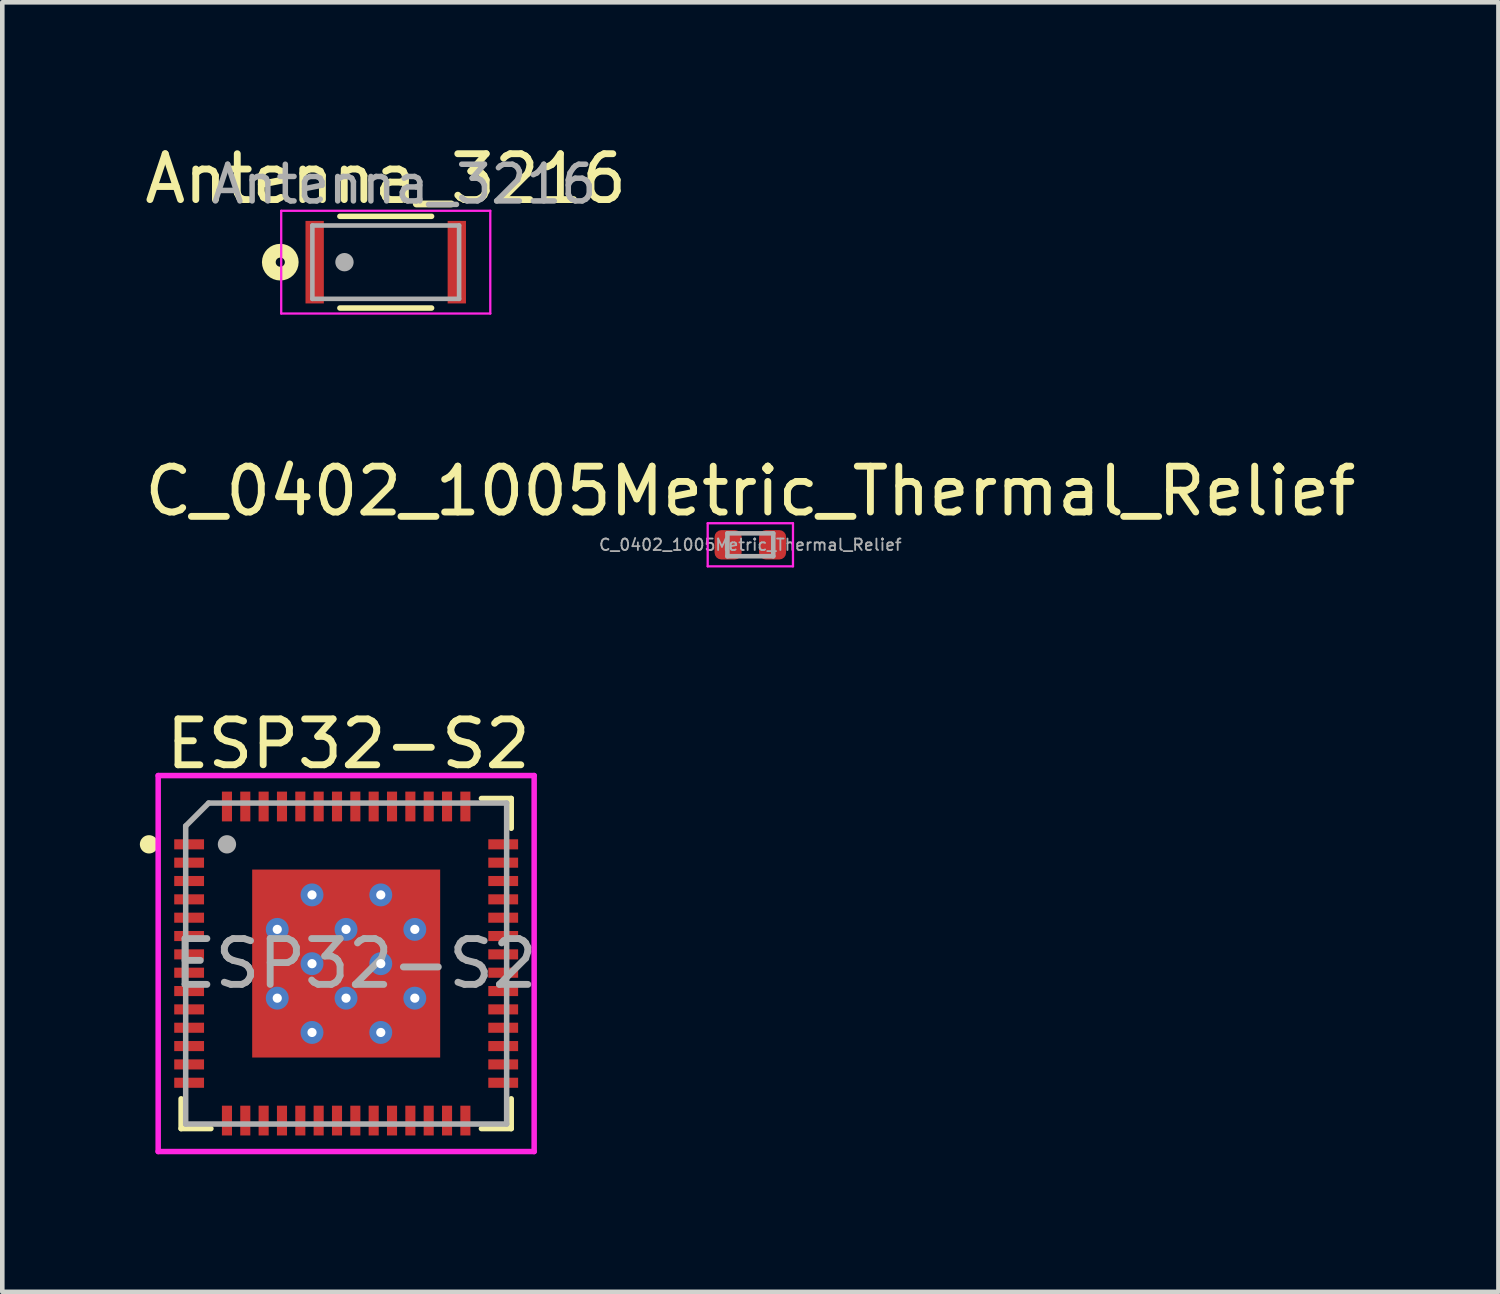
<source format=kicad_pcb>
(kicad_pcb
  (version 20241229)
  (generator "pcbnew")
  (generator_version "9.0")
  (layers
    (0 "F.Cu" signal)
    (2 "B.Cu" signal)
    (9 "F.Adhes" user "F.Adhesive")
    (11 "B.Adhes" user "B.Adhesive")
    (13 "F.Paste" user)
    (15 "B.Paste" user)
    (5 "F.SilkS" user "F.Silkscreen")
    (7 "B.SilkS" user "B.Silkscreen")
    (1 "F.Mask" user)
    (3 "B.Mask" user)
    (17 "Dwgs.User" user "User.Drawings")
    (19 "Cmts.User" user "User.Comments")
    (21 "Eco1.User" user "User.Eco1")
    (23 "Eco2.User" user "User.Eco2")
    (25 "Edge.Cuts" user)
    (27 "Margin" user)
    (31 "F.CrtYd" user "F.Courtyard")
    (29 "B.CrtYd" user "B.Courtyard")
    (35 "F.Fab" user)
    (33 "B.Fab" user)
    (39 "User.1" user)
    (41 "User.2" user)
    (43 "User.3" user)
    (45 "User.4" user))
  (footprint "Antenna_3216"
    (layer "F.Cu")
    (at 5.363 2.668)
    (property "Reference" "Antenna_3216" (at 0 -1.82 0) (layer "F.SilkS") (effects (font (size 1 1) (thickness 0.15))))
    (attr smd)
    (fp_line (start -1 1) (end 1 1) (stroke (width 0.12) (type solid)) (layer "F.SilkS"))
    (fp_line (start 1 -1) (end -1 -1) (stroke (width 0.12) (type solid)) (layer "F.SilkS"))
    (fp_circle (center -2.3 0) (end -2.2 0) (stroke (width 0.3) (type solid)) (fill no) (layer "F.SilkS"))
    (fp_line (start -2.28 -1.12) (end 2.28 -1.12) (stroke (width 0.05) (type solid)) (layer "F.CrtYd"))
    (fp_line (start -2.28 1.12) (end -2.28 -1.12) (stroke (width 0.05) (type solid)) (layer "F.CrtYd"))
    (fp_line (start 2.28 -1.12) (end 2.28 1.12) (stroke (width 0.05) (type solid)) (layer "F.CrtYd"))
    (fp_line (start 2.28 1.12) (end -2.28 1.12) (stroke (width 0.05) (type solid)) (layer "F.CrtYd"))
    (fp_line (start -1.6 -0.8) (end -1.6 0.8) (stroke (width 0.1) (type solid)) (layer "F.Fab"))
    (fp_line (start -1.6 0.8) (end 1.6 0.8) (stroke (width 0.1) (type solid)) (layer "F.Fab"))
    (fp_line (start 1.6 -0.8) (end -1.6 -0.8) (stroke (width 0.1) (type solid)) (layer "F.Fab"))
    (fp_line (start 1.6 0.8) (end 1.6 -0.8) (stroke (width 0.1) (type solid)) (layer "F.Fab"))
    (fp_circle (center -0.9 0) (end -0.8 0) (stroke (width 0.2) (type solid)) (fill no) (layer "F.Fab"))
    (fp_text user "${REFERENCE}" (at 0.4 -1.7 0) (layer "F.Fab") (effects (font (size 0.8 0.8) (thickness 0.12))))
    (pad "1" smd rect (at -1.55 0) (size 0.4 1.8) (layers "F.Cu" "F.Mask" "F.Paste"))
    (pad "2" smd rect (at 1.55 0 180) (size 0.4 1.8) (layers "F.Cu" "F.Mask" "F.Paste")))
  (footprint "C_0402_1005Metric_Thermal_Relief"
    (layer "F.Cu")
    (at 13.315 8.832)
    (property "Reference" "C_0402_1005Metric_Thermal_Relief" (at 0 -1.17 0) (layer "F.SilkS") (effects (font (size 1 1) (thickness 0.15))))
    (attr smd)
    (fp_line (start -0.93 -0.47) (end 0.93 -0.47) (stroke (width 0.05) (type solid)) (layer "F.CrtYd"))
    (fp_line (start -0.93 0.47) (end -0.93 -0.47) (stroke (width 0.05) (type solid)) (layer "F.CrtYd"))
    (fp_line (start 0.93 -0.47) (end 0.93 0.47) (stroke (width 0.05) (type solid)) (layer "F.CrtYd"))
    (fp_line (start 0.93 0.47) (end -0.93 0.47) (stroke (width 0.05) (type solid)) (layer "F.CrtYd"))
    (fp_line (start -0.5 -0.25) (end 0.5 -0.25) (stroke (width 0.1) (type solid)) (layer "F.Fab"))
    (fp_line (start -0.5 0.25) (end -0.5 -0.25) (stroke (width 0.1) (type solid)) (layer "F.Fab"))
    (fp_line (start 0.5 -0.25) (end 0.5 0.25) (stroke (width 0.1) (type solid)) (layer "F.Fab"))
    (fp_line (start 0.5 0.25) (end -0.5 0.25) (stroke (width 0.1) (type solid)) (layer "F.Fab"))
    (fp_text user "${REFERENCE}" (at 0 0 0) (layer "F.Fab") (effects (font (size 0.25 0.25) (thickness 0.04))))
    (pad "1" smd roundrect (at -0.485 0) (size 0.59 0.64) (layers "F.Cu" "F.Mask" "F.Paste") (roundrect_rratio 0.25))
    (pad "2" smd roundrect (at 0.485 0) (size 0.59 0.64) (layers "F.Cu" "F.Mask" "F.Paste") (roundrect_rratio 0.25)))
  (footprint "ESP32-S2"
    (layer "F.Cu")
    (at 4.5 17.965)
    (property "Reference" "ESP32-S2" (at 0.047 -4.79 0) (layer "F.SilkS") (effects (font (size 1 1) (thickness 0.15))))
    (attr smd)
    (fp_line (start -3.6 3.6) (end -3.6 2.95) (stroke (width 0.12) (type solid)) (layer "F.SilkS"))
    (fp_line (start -2.95 3.6) (end -3.6 3.6) (stroke (width 0.12) (type solid)) (layer "F.SilkS"))
    (fp_line (start 2.95 -3.6) (end 3.6 -3.6) (stroke (width 0.12) (type solid)) (layer "F.SilkS"))
    (fp_line (start 3.6 -3.6) (end 3.6 -2.95) (stroke (width 0.12) (type solid)) (layer "F.SilkS"))
    (fp_line (start 3.6 2.95) (end 3.6 3.6) (stroke (width 0.12) (type solid)) (layer "F.SilkS"))
    (fp_line (start 3.6 3.6) (end 2.95 3.6) (stroke (width 0.12) (type solid)) (layer "F.SilkS"))
    (fp_circle (center -4.3 -2.6) (end -4.2 -2.6) (stroke (width 0.2) (type solid)) (fill no) (layer "F.SilkS"))
    (fp_line (start -4.1 -4.1) (end -4.1 4.1) (stroke (width 0.12) (type solid)) (layer "F.CrtYd"))
    (fp_line (start -4.1 4.1) (end 4.1 4.1) (stroke (width 0.12) (type solid)) (layer "F.CrtYd"))
    (fp_line (start 4.1 -4.1) (end -4.1 -4.1) (stroke (width 0.12) (type solid)) (layer "F.CrtYd"))
    (fp_line (start 4.1 4.1) (end 4.1 -4.1) (stroke (width 0.12) (type solid)) (layer "F.CrtYd"))
    (fp_line (start -3.5 -3) (end -3 -3.5) (stroke (width 0.12) (type solid)) (layer "F.Fab"))
    (fp_line (start -3.5 3.5) (end -3.5 -3) (stroke (width 0.12) (type solid)) (layer "F.Fab"))
    (fp_line (start -3 -3.5) (end 3.5 -3.5) (stroke (width 0.12) (type solid)) (layer "F.Fab"))
    (fp_line (start 3.5 -3.5) (end 3.5 3.5) (stroke (width 0.12) (type solid)) (layer "F.Fab"))
    (fp_line (start 3.5 3.5) (end -3.5 3.5) (stroke (width 0.12) (type solid)) (layer "F.Fab"))
    (fp_circle (center -2.6 -2.6) (end -2.5 -2.6) (stroke (width 0.2) (type solid)) (fill no) (layer "F.Fab"))
    (fp_text user "${REFERENCE}" (at 0.2 0 0) (layer "F.Fab") (effects (font (size 1 1) (thickness 0.15))))
    (pad "" smd roundrect (at -1.5 -1.5) (size 1 1) (layers "F.Paste") (roundrect_rratio 0.221))
    (pad "" smd roundrect (at -1.5 0) (size 1 1) (layers "F.Paste") (roundrect_rratio 0.221))
    (pad "" smd roundrect (at -1.5 1.5) (size 1 1) (layers "F.Paste") (roundrect_rratio 0.221))
    (pad "" smd roundrect (at 0 -1.5) (size 1 1) (layers "F.Paste") (roundrect_rratio 0.221))
    (pad "" smd roundrect (at 0 0) (size 1 1) (layers "F.Paste") (roundrect_rratio 0.221))
    (pad "" smd roundrect (at 0 1.5) (size 1 1) (layers "F.Paste") (roundrect_rratio 0.221))
    (pad "" smd roundrect (at 1.5 -1.5) (size 1 1) (layers "F.Paste") (roundrect_rratio 0.221))
    (pad "" smd roundrect (at 1.5 0) (size 1 1) (layers "F.Paste") (roundrect_rratio 0.221))
    (pad "" smd roundrect (at 1.5 1.5) (size 1 1) (layers "F.Paste") (roundrect_rratio 0.221))
    (pad "1" smd rect (at -3.425 -2.6 90) (size 0.22 0.65) (layers "F.Cu" "F.Mask" "F.Paste"))
    (pad "2" smd rect (at -3.425 -2.2 90) (size 0.22 0.65) (layers "F.Cu" "F.Mask" "F.Paste"))
    (pad "3" smd rect (at -3.425 -1.8 90) (size 0.22 0.65) (layers "F.Cu" "F.Mask" "F.Paste"))
    (pad "4" smd rect (at -3.425 -1.4 90) (size 0.22 0.65) (layers "F.Cu" "F.Mask" "F.Paste"))
    (pad "5" smd rect (at -3.425 -1 90) (size 0.22 0.65) (layers "F.Cu" "F.Mask" "F.Paste"))
    (pad "6" smd rect (at -3.425 -0.6 90) (size 0.22 0.65) (layers "F.Cu" "F.Mask" "F.Paste"))
    (pad "7" smd rect (at -3.425 -0.2 90) (size 0.22 0.65) (layers "F.Cu" "F.Mask" "F.Paste"))
    (pad "8" smd rect (at -3.425 0.2 90) (size 0.22 0.65) (layers "F.Cu" "F.Mask" "F.Paste"))
    (pad "9" smd rect (at -3.425 0.6 90) (size 0.22 0.65) (layers "F.Cu" "F.Mask" "F.Paste"))
    (pad "10" smd rect (at -3.425 1 90) (size 0.22 0.65) (layers "F.Cu" "F.Mask" "F.Paste"))
    (pad "11" smd rect (at -3.425 1.4 90) (size 0.22 0.65) (layers "F.Cu" "F.Mask" "F.Paste"))
    (pad "12" smd rect (at -3.425 1.8 90) (size 0.22 0.65) (layers "F.Cu" "F.Mask" "F.Paste"))
    (pad "13" smd rect (at -3.425 2.2 90) (size 0.22 0.65) (layers "F.Cu" "F.Mask" "F.Paste"))
    (pad "14" smd rect (at -3.425 2.6 90) (size 0.22 0.65) (layers "F.Cu" "F.Mask" "F.Paste"))
    (pad "15" smd rect (at -2.6 3.425 180) (size 0.22 0.65) (layers "F.Cu" "F.Mask" "F.Paste"))
    (pad "16" smd rect (at -2.2 3.425 180) (size 0.22 0.65) (layers "F.Cu" "F.Mask" "F.Paste"))
    (pad "17" smd rect (at -1.8 3.425 180) (size 0.22 0.65) (layers "F.Cu" "F.Mask" "F.Paste"))
    (pad "18" smd rect (at -1.4 3.425 180) (size 0.22 0.65) (layers "F.Cu" "F.Mask" "F.Paste"))
    (pad "19" smd rect (at -1 3.425 180) (size 0.22 0.65) (layers "F.Cu" "F.Mask" "F.Paste"))
    (pad "20" smd rect (at -0.6 3.425 180) (size 0.22 0.65) (layers "F.Cu" "F.Mask" "F.Paste"))
    (pad "21" smd rect (at -0.2 3.425 180) (size 0.22 0.65) (layers "F.Cu" "F.Mask" "F.Paste"))
    (pad "22" smd rect (at 0.2 3.425 180) (size 0.22 0.65) (layers "F.Cu" "F.Mask" "F.Paste"))
    (pad "23" smd rect (at 0.6 3.425 180) (size 0.22 0.65) (layers "F.Cu" "F.Mask" "F.Paste"))
    (pad "24" smd rect (at 1 3.425 180) (size 0.22 0.65) (layers "F.Cu" "F.Mask" "F.Paste"))
    (pad "25" smd rect (at 1.4 3.425 180) (size 0.22 0.65) (layers "F.Cu" "F.Mask" "F.Paste"))
    (pad "26" smd rect (at 1.8 3.425 180) (size 0.22 0.65) (layers "F.Cu" "F.Mask" "F.Paste"))
    (pad "27" smd rect (at 2.2 3.425 180) (size 0.22 0.65) (layers "F.Cu" "F.Mask" "F.Paste"))
    (pad "28" smd rect (at 2.6 3.425 180) (size 0.22 0.65) (layers "F.Cu" "F.Mask" "F.Paste"))
    (pad "29" smd rect (at 3.425 2.6 270) (size 0.22 0.65) (layers "F.Cu" "F.Mask" "F.Paste"))
    (pad "30" smd rect (at 3.425 2.2 270) (size 0.22 0.65) (layers "F.Cu" "F.Mask" "F.Paste"))
    (pad "31" smd rect (at 3.425 1.8 270) (size 0.22 0.65) (layers "F.Cu" "F.Mask" "F.Paste"))
    (pad "32" smd rect (at 3.425 1.4 270) (size 0.22 0.65) (layers "F.Cu" "F.Mask" "F.Paste"))
    (pad "33" smd rect (at 3.425 1 270) (size 0.22 0.65) (layers "F.Cu" "F.Mask" "F.Paste"))
    (pad "34" smd rect (at 3.425 0.6 270) (size 0.22 0.65) (layers "F.Cu" "F.Mask" "F.Paste"))
    (pad "35" smd rect (at 3.425 0.2 270) (size 0.22 0.65) (layers "F.Cu" "F.Mask" "F.Paste"))
    (pad "36" smd rect (at 3.425 -0.2 270) (size 0.22 0.65) (layers "F.Cu" "F.Mask" "F.Paste"))
    (pad "37" smd rect (at 3.425 -0.6 270) (size 0.22 0.65) (layers "F.Cu" "F.Mask" "F.Paste"))
    (pad "38" smd rect (at 3.425 -1 270) (size 0.22 0.65) (layers "F.Cu" "F.Mask" "F.Paste"))
    (pad "39" smd rect (at 3.425 -1.4 270) (size 0.22 0.65) (layers "F.Cu" "F.Mask" "F.Paste"))
    (pad "40" smd rect (at 3.425 -1.8 270) (size 0.22 0.65) (layers "F.Cu" "F.Mask" "F.Paste"))
    (pad "41" smd rect (at 3.425 -2.2 270) (size 0.22 0.65) (layers "F.Cu" "F.Mask" "F.Paste"))
    (pad "42" smd rect (at 3.425 -2.6 270) (size 0.22 0.65) (layers "F.Cu" "F.Mask" "F.Paste"))
    (pad "43" smd rect (at 2.6 -3.425) (size 0.22 0.65) (layers "F.Cu" "F.Mask" "F.Paste"))
    (pad "44" smd rect (at 2.2 -3.425) (size 0.22 0.65) (layers "F.Cu" "F.Mask" "F.Paste"))
    (pad "45" smd rect (at 1.8 -3.425) (size 0.22 0.65) (layers "F.Cu" "F.Mask" "F.Paste"))
    (pad "46" smd rect (at 1.4 -3.425) (size 0.22 0.65) (layers "F.Cu" "F.Mask" "F.Paste"))
    (pad "47" smd rect (at 1 -3.425) (size 0.22 0.65) (layers "F.Cu" "F.Mask" "F.Paste"))
    (pad "48" smd rect (at 0.6 -3.425) (size 0.22 0.65) (layers "F.Cu" "F.Mask" "F.Paste"))
    (pad "49" smd rect (at 0.2 -3.425) (size 0.22 0.65) (layers "F.Cu" "F.Mask" "F.Paste"))
    (pad "50" smd rect (at -0.2 -3.425) (size 0.22 0.65) (layers "F.Cu" "F.Mask" "F.Paste"))
    (pad "51" smd rect (at -0.6 -3.425) (size 0.22 0.65) (layers "F.Cu" "F.Mask" "F.Paste"))
    (pad "52" smd rect (at -1 -3.425) (size 0.22 0.65) (layers "F.Cu" "F.Mask" "F.Paste"))
    (pad "53" smd rect (at -1.4 -3.425) (size 0.22 0.65) (layers "F.Cu" "F.Mask" "F.Paste"))
    (pad "54" smd rect (at -1.8 -3.425) (size 0.22 0.65) (layers "F.Cu" "F.Mask" "F.Paste"))
    (pad "55" smd rect (at -2.2 -3.425) (size 0.22 0.65) (layers "F.Cu" "F.Mask" "F.Paste"))
    (pad "56" smd rect (at -2.6 -3.425) (size 0.22 0.65) (layers "F.Cu" "F.Mask" "F.Paste"))
    (pad "57" thru_hole circle (at -1.503 -0.745) (size 0.5 0.5) (drill 0.2) (layers "*.Cu" "*.Mask"))
    (pad "57" thru_hole circle (at -1.503 0.755) (size 0.5 0.5) (drill 0.2) (layers "*.Cu" "*.Mask"))
    (pad "57" thru_hole circle (at -0.745 -1.497 90) (size 0.5 0.5) (drill 0.2) (layers "*.Cu" "*.Mask"))
    (pad "57" thru_hole circle (at -0.745 0.003 90) (size 0.5 0.5) (drill 0.2) (layers "*.Cu" "*.Mask"))
    (pad "57" thru_hole circle (at -0.745 1.503 90) (size 0.5 0.5) (drill 0.2) (layers "*.Cu" "*.Mask"))
    (pad "57" thru_hole circle (at -0.003 -0.745) (size 0.5 0.5) (drill 0.2) (layers "*.Cu" "*.Mask"))
    (pad "57" thru_hole circle (at -0.003 0.755) (size 0.5 0.5) (drill 0.2) (layers "*.Cu" "*.Mask"))
    (pad "57" smd rect (at 0 0) (size 4.1 4.1) (layers "F.Cu" "F.Mask"))
    (pad "57" thru_hole circle (at 0.755 -1.497 90) (size 0.5 0.5) (drill 0.2) (layers "*.Cu" "*.Mask"))
    (pad "57" thru_hole circle (at 0.755 0.003 90) (size 0.5 0.5) (drill 0.2) (layers "*.Cu" "*.Mask"))
    (pad "57" thru_hole circle (at 0.755 1.503 90) (size 0.5 0.5) (drill 0.2) (layers "*.Cu" "*.Mask"))
    (pad "57" thru_hole circle (at 1.497 -0.745) (size 0.5 0.5) (drill 0.2) (layers "*.Cu" "*.Mask"))
    (pad "57" thru_hole circle (at 1.497 0.755) (size 0.5 0.5) (drill 0.2) (layers "*.Cu" "*.Mask")))
  (gr_rect
    (start -3 -3)
    (end 29.631 25.125)
    (stroke (width 0.1) (type default))
    (fill no)
    (layer "Edge.Cuts")))
</source>
